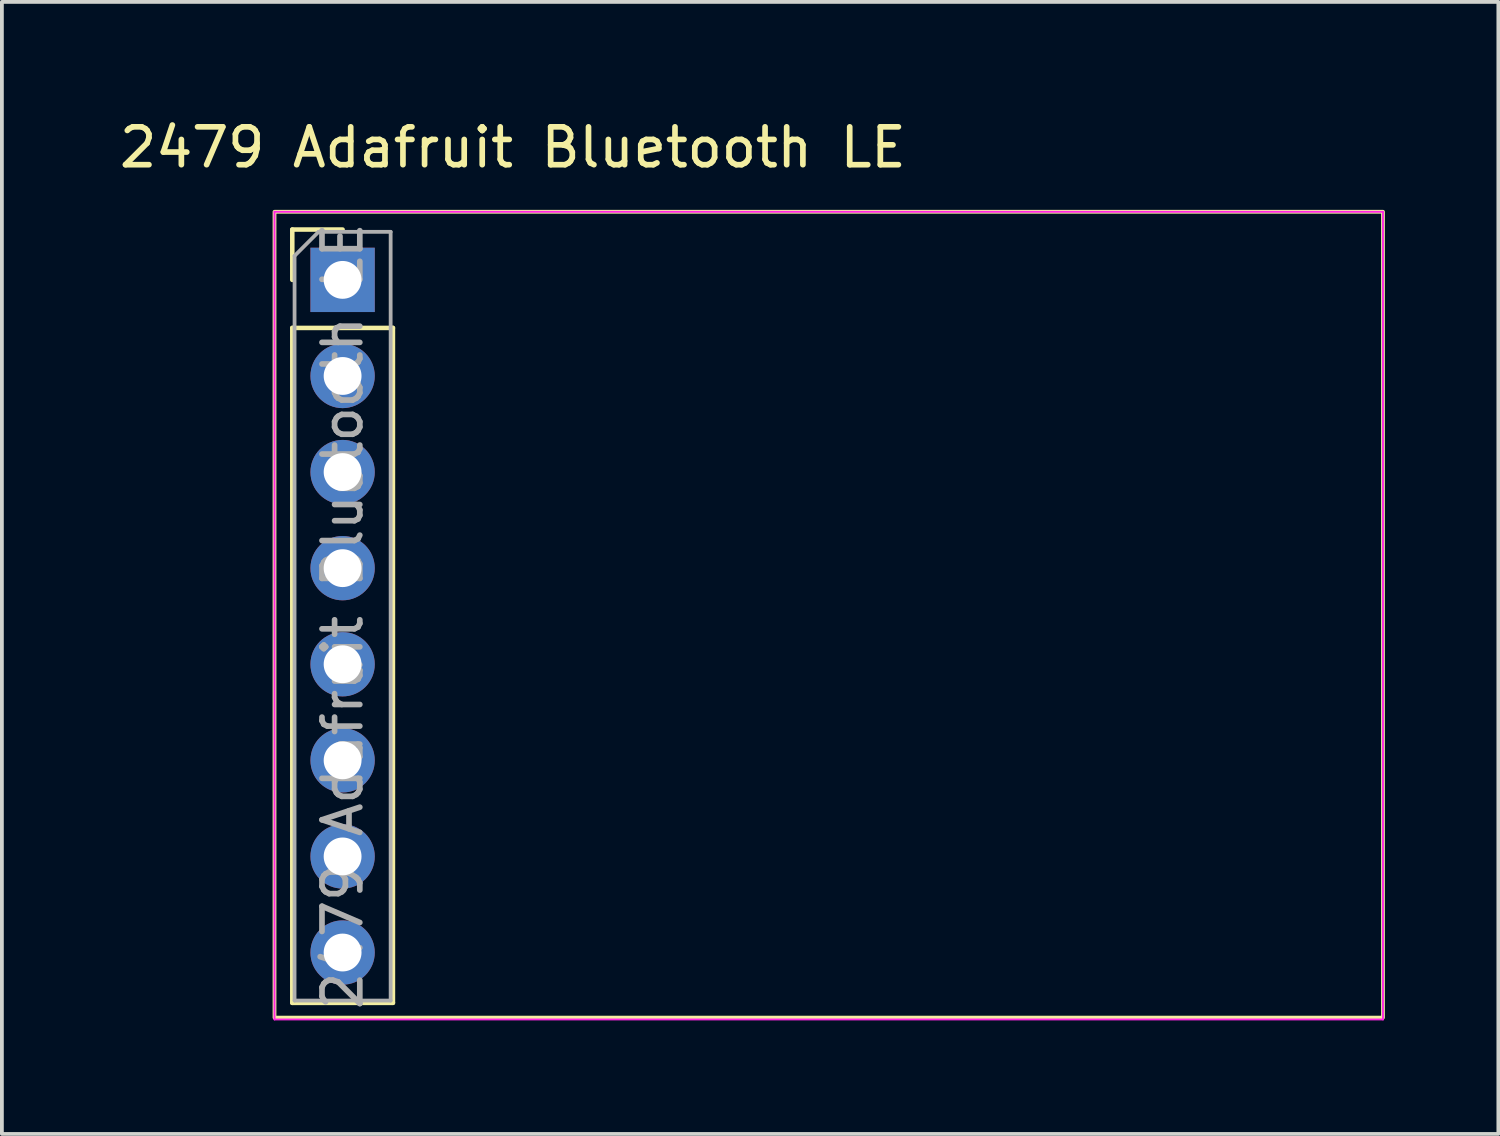
<source format=kicad_pcb>
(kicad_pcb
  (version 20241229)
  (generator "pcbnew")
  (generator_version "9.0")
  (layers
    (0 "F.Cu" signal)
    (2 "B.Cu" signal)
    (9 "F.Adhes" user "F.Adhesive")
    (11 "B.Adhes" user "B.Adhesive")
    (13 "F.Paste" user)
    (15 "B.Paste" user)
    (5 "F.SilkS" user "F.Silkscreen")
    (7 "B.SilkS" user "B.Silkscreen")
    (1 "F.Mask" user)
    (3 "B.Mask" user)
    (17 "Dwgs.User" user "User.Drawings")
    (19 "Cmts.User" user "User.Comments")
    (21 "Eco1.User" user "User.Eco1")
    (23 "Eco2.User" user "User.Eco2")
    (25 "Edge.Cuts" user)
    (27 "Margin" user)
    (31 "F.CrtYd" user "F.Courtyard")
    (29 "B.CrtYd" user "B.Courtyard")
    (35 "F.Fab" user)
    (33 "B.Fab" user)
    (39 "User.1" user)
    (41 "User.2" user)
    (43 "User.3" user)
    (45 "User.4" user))
  (footprint "2479 Adafruit Bluetooth LE"
    (layer "F.Cu")
    (at 4.206 2.548)
    (property "Reference" "2479 Adafruit Bluetooth LE" (at 6.3 -1.7 0) (layer "F.SilkS") (effects (font (size 1 1) (thickness 0.15))))
    (attr through_hole)
    (fp_line (start 0.47 0.47) (end 1.8 0.47) (stroke (width 0.12) (type solid)) (layer "F.SilkS"))
    (fp_line (start 0.47 1.8) (end 0.47 0.47) (stroke (width 0.12) (type solid)) (layer "F.SilkS"))
    (fp_line (start 0.47 3.07) (end 0.47 20.91) (stroke (width 0.12) (type solid)) (layer "F.SilkS"))
    (fp_line (start 0.47 3.07) (end 3.13 3.07) (stroke (width 0.12) (type solid)) (layer "F.SilkS"))
    (fp_line (start 0.47 20.91) (end 3.13 20.91) (stroke (width 0.12) (type solid)) (layer "F.SilkS"))
    (fp_line (start 3.13 3.07) (end 3.13 20.91) (stroke (width 0.12) (type solid)) (layer "F.SilkS"))
    (fp_rect (start 0 0) (end 29.3 21.3) (stroke (width 0.1) (type default)) (fill no) (layer "F.SilkS"))
    (fp_line (start 0 0) (end 0 21.35) (stroke (width 0.05) (type solid)) (layer "F.CrtYd"))
    (fp_line (start 0 21.35) (end 29.3 21.35) (stroke (width 0.05) (type solid)) (layer "F.CrtYd"))
    (fp_line (start 29.3 0) (end 0 0) (stroke (width 0.05) (type solid)) (layer "F.CrtYd"))
    (fp_line (start 29.3 21.35) (end 29.3 0) (stroke (width 0.05) (type solid)) (layer "F.CrtYd"))
    (fp_line (start 0.53 1.165) (end 1.165 0.53) (stroke (width 0.1) (type solid)) (layer "F.Fab"))
    (fp_line (start 0.53 20.85) (end 0.53 1.165) (stroke (width 0.1) (type solid)) (layer "F.Fab"))
    (fp_line (start 1.165 0.53) (end 3.07 0.53) (stroke (width 0.1) (type solid)) (layer "F.Fab"))
    (fp_line (start 3.07 0.53) (end 3.07 20.85) (stroke (width 0.1) (type solid)) (layer "F.Fab"))
    (fp_line (start 3.07 20.85) (end 0.53 20.85) (stroke (width 0.1) (type solid)) (layer "F.Fab"))
    (fp_text user "${REFERENCE}" (at 1.8 10.69 90) (layer "F.Fab") (effects (font (size 1 1) (thickness 0.15))))
    (pad "1" thru_hole rect (at 1.8 1.8) (size 1.7 1.7) (drill 1) (layers "*.Cu" "*.Mask"))
    (pad "2" thru_hole oval (at 1.8 4.34) (size 1.7 1.7) (drill 1) (layers "*.Cu" "*.Mask"))
    (pad "3" thru_hole oval (at 1.8 6.88) (size 1.7 1.7) (drill 1) (layers "*.Cu" "*.Mask"))
    (pad "4" thru_hole oval (at 1.8 9.42) (size 1.7 1.7) (drill 1) (layers "*.Cu" "*.Mask"))
    (pad "5" thru_hole oval (at 1.8 11.96) (size 1.7 1.7) (drill 1) (layers "*.Cu" "*.Mask"))
    (pad "6" thru_hole oval (at 1.8 14.5) (size 1.7 1.7) (drill 1) (layers "*.Cu" "*.Mask"))
    (pad "7" thru_hole oval (at 1.8 17.04) (size 1.7 1.7) (drill 1) (layers "*.Cu" "*.Mask"))
    (pad "8" thru_hole oval (at 1.8 19.58) (size 1.7 1.7) (drill 1) (layers "*.Cu" "*.Mask")))
  (gr_rect
    (start -3 -3)
    (end 36.556 26.923)
    (stroke (width 0.1) (type default))
    (fill no)
    (layer "Edge.Cuts")))
</source>
